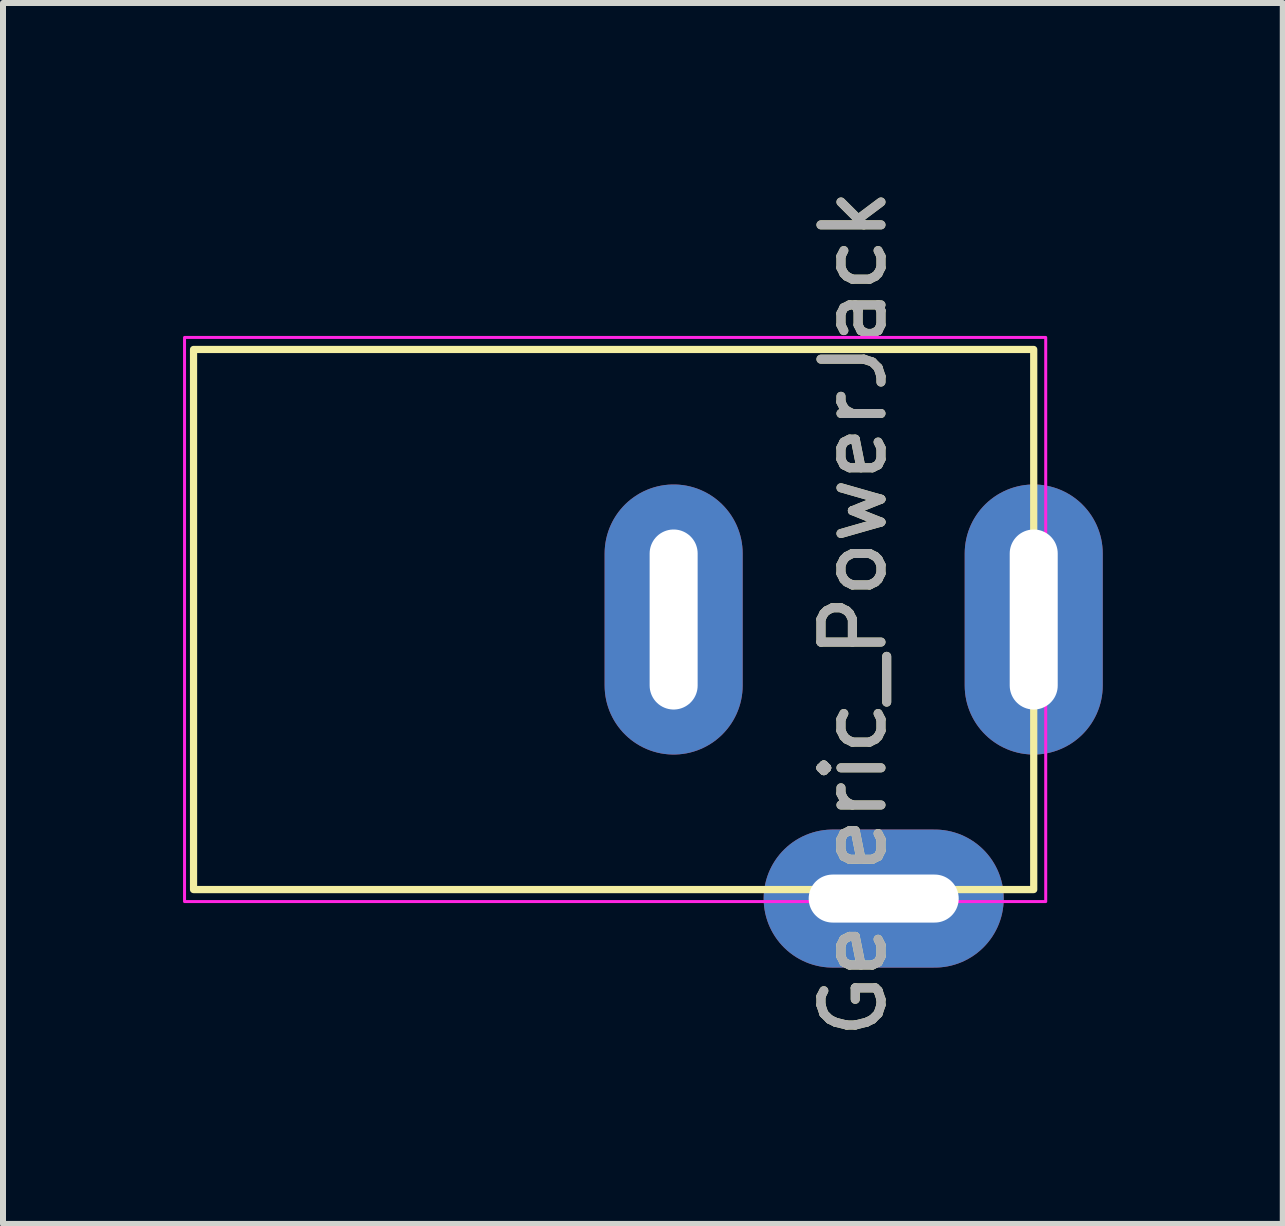
<source format=kicad_pcb>
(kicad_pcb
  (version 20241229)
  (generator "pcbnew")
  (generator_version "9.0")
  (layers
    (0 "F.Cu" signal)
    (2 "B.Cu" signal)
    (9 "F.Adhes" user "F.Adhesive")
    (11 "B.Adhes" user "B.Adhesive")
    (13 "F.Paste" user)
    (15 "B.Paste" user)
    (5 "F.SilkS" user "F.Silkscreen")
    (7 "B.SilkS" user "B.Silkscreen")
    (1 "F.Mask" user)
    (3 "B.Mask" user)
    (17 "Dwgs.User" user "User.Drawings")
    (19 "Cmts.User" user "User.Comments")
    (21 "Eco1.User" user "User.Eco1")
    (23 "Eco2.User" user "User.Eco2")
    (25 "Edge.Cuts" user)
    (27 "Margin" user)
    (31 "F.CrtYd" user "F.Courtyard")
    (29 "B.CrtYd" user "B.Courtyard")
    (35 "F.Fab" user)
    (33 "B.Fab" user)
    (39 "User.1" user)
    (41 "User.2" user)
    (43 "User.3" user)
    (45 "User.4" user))
  (footprint "Generic_PowerJack"
    (layer "F.Cu")
    (at 14.175 7.273)
    (property "Reference" "Generic_PowerJack" (at -3 -0.1 90) (unlocked yes) (layer "F.SilkS") (effects (font (size 1 1) (thickness 0.15))))
    (attr through_hole)
    (fp_rect (start -14 -4.5) (end 0 4.5) (stroke (width 0.12) (type solid)) (fill no) (layer "F.SilkS"))
    (fp_rect (start -14.15 -4.7) (end 0.2 4.7) (stroke (width 0.05) (type solid)) (fill no) (layer "F.CrtYd"))
    (fp_text user "${REFERENCE}" (at -3 -0.1 90) (unlocked yes) (layer "F.Fab") (effects (font (size 1 1) (thickness 0.15))))
    (pad "1" thru_hole oval (at 0 0) (size 2.3 4.5) (drill oval 0.8 3) (layers "*.Cu" "*.Mask"))
    (pad "2" thru_hole oval (at -6 0) (size 2.3 4.5) (drill oval 0.8 3) (layers "*.Cu" "*.Mask"))
    (pad "3" thru_hole oval (at -2.5 4.65 90) (size 2.3 4) (drill oval 0.8 2.5) (layers "*.Cu" "*.Mask")))
  (gr_rect
    (start -3 -3)
    (end 18.325 17.345)
    (stroke (width 0.1) (type default))
    (fill no)
    (layer "Edge.Cuts")))
</source>
